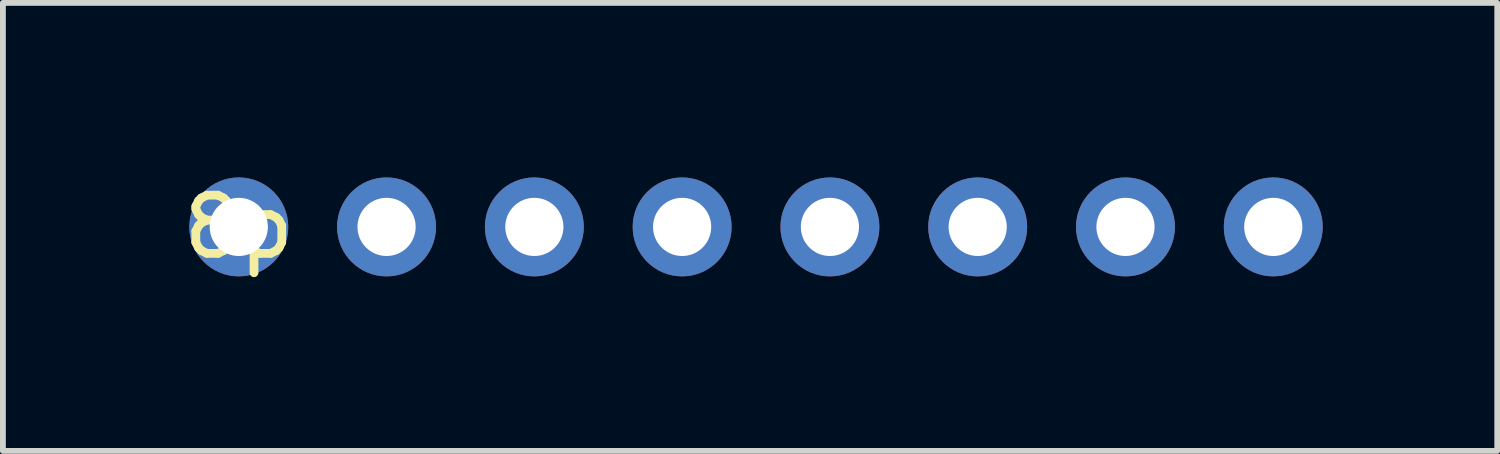
<source format=kicad_pcb>
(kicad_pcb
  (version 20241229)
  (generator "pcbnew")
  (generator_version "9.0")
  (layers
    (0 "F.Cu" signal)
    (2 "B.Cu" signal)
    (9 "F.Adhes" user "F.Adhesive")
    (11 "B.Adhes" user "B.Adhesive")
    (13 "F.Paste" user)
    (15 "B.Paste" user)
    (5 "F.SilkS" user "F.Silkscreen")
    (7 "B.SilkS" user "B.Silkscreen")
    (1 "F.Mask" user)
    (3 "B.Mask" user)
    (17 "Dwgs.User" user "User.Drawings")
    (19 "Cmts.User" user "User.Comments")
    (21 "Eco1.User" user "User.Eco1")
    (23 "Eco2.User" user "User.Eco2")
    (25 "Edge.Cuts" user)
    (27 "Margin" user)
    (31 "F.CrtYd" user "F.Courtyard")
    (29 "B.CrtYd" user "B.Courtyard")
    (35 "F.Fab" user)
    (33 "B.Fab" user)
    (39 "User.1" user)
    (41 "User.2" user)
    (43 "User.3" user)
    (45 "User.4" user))
  (footprint "8p"
    (layer "F.Cu")
    (at 1.054 0.85)
    (property "Reference" "8p" (at 0 0 0) (layer "F.SilkS") (effects (font (size 1 1) (thickness 0.15))))
    (attr through_hole)
    (pad "1" thru_hole circle (at 0 0) (size 1.7 1.7) (drill 1) (layers "*.Cu" "*.Mask"))
    (pad "1" thru_hole circle (at 2.54 0) (size 1.7 1.7) (drill 1) (layers "*.Cu" "*.Mask"))
    (pad "1" thru_hole circle (at 5.08 0) (size 1.7 1.7) (drill 1) (layers "*.Cu" "*.Mask"))
    (pad "1" thru_hole circle (at 7.62 0) (size 1.7 1.7) (drill 1) (layers "*.Cu" "*.Mask"))
    (pad "1" thru_hole circle (at 10.16 0) (size 1.7 1.7) (drill 1) (layers "*.Cu" "*.Mask"))
    (pad "1" thru_hole circle (at 12.7 0) (size 1.7 1.7) (drill 1) (layers "*.Cu" "*.Mask"))
    (pad "1" thru_hole circle (at 15.24 0) (size 1.7 1.7) (drill 1) (layers "*.Cu" "*.Mask"))
    (pad "1" thru_hole circle (at 17.78 0) (size 1.7 1.7) (drill 1) (layers "*.Cu" "*.Mask")))
  (gr_rect
    (start -3 -3)
    (end 22.684 4.7)
    (stroke (width 0.1) (type default))
    (fill no)
    (layer "Edge.Cuts")))
</source>
